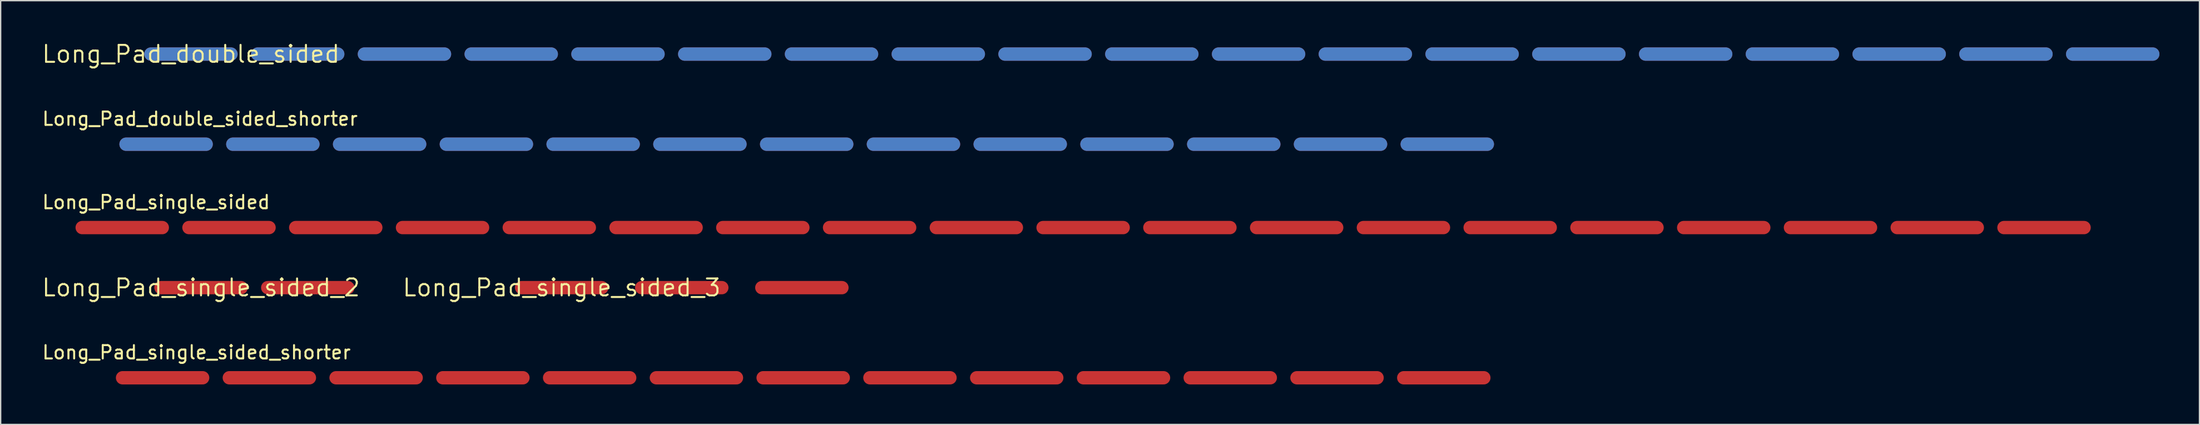
<source format=kicad_pcb>
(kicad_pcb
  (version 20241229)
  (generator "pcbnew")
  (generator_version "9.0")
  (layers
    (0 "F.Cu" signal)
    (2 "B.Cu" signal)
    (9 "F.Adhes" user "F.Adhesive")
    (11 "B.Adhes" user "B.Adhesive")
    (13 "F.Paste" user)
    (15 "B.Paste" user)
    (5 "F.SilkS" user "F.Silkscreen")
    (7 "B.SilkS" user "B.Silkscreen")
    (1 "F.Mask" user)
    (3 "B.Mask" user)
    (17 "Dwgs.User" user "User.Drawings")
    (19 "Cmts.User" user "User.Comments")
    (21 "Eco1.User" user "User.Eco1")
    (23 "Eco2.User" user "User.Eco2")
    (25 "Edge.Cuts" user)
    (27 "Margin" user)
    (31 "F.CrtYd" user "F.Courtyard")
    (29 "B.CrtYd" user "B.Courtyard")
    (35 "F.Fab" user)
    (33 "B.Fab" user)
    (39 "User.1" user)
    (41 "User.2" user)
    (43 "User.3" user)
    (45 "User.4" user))
  (footprint "Long_Pad_double_sided"
    (layer "F.Cu")
    (at 11.256 1.006)
    (property "Reference" "Long_Pad_double_sided" (at 0 0 0) (layer "F.SilkS") (effects (font (size 1.27 1.27) (thickness 0.15))))
    (attr through_hole)
    (pad "1" smd oval (at 0 0) (size 7 1) (layers "F.Cu" "F.Mask" "F.Paste"))
    (pad "1" smd oval (at 0 0) (size 7 1) (layers "B.Cu" "B.Mask" "B.Paste"))
    (pad "1" smd oval (at 8 0) (size 7 1) (layers "F.Cu" "F.Mask" "F.Paste"))
    (pad "1" smd oval (at 8 0) (size 7 1) (layers "B.Cu" "B.Mask" "B.Paste"))
    (pad "1" smd oval (at 16 0) (size 7 1) (layers "F.Cu" "F.Mask" "F.Paste"))
    (pad "1" smd oval (at 16 0) (size 7 1) (layers "B.Cu" "B.Mask" "B.Paste"))
    (pad "1" smd oval (at 24 0) (size 7 1) (layers "F.Cu" "F.Mask" "F.Paste"))
    (pad "1" smd oval (at 24 0) (size 7 1) (layers "B.Cu" "B.Mask" "B.Paste"))
    (pad "1" smd oval (at 32 0) (size 7 1) (layers "F.Cu" "F.Mask" "F.Paste"))
    (pad "1" smd oval (at 32 0) (size 7 1) (layers "B.Cu" "B.Mask" "B.Paste"))
    (pad "1" smd oval (at 40 0) (size 7 1) (layers "F.Cu" "F.Mask" "F.Paste"))
    (pad "1" smd oval (at 40 0) (size 7 1) (layers "B.Cu" "B.Mask" "B.Paste"))
    (pad "1" smd oval (at 48 0) (size 7 1) (layers "F.Cu" "F.Mask" "F.Paste"))
    (pad "1" smd oval (at 48 0) (size 7 1) (layers "B.Cu" "B.Mask" "B.Paste"))
    (pad "1" smd oval (at 56 0) (size 7 1) (layers "F.Cu" "F.Mask" "F.Paste"))
    (pad "1" smd oval (at 56 0) (size 7 1) (layers "B.Cu" "B.Mask" "B.Paste"))
    (pad "1" smd oval (at 64 0) (size 7 1) (layers "F.Cu" "F.Mask" "F.Paste"))
    (pad "1" smd oval (at 64 0) (size 7 1) (layers "B.Cu" "B.Mask" "B.Paste"))
    (pad "1" smd oval (at 72 0) (size 7 1) (layers "F.Cu" "F.Mask" "F.Paste"))
    (pad "1" smd oval (at 72 0) (size 7 1) (layers "B.Cu" "B.Mask" "B.Paste"))
    (pad "1" smd oval (at 80 0) (size 7 1) (layers "F.Cu" "F.Mask" "F.Paste"))
    (pad "1" smd oval (at 80 0) (size 7 1) (layers "B.Cu" "B.Mask" "B.Paste"))
    (pad "1" smd oval (at 88 0) (size 7 1) (layers "F.Cu" "F.Mask" "F.Paste"))
    (pad "1" smd oval (at 88 0) (size 7 1) (layers "B.Cu" "B.Mask" "B.Paste"))
    (pad "1" smd oval (at 96 0) (size 7 1) (layers "F.Cu" "F.Mask" "F.Paste"))
    (pad "1" smd oval (at 96 0) (size 7 1) (layers "B.Cu" "B.Mask" "B.Paste"))
    (pad "1" smd oval (at 104 0) (size 7 1) (layers "F.Cu" "F.Mask" "F.Paste"))
    (pad "1" smd oval (at 104 0) (size 7 1) (layers "B.Cu" "B.Mask" "B.Paste"))
    (pad "1" smd oval (at 112 0) (size 7 1) (layers "F.Cu" "F.Mask" "F.Paste"))
    (pad "1" smd oval (at 112 0) (size 7 1) (layers "B.Cu" "B.Mask" "B.Paste"))
    (pad "1" smd oval (at 120 0) (size 7 1) (layers "F.Cu" "F.Mask" "F.Paste"))
    (pad "1" smd oval (at 120 0) (size 7 1) (layers "B.Cu" "B.Mask" "B.Paste"))
    (pad "1" smd oval (at 128 0) (size 7 1) (layers "F.Cu" "F.Mask" "F.Paste"))
    (pad "1" smd oval (at 128 0) (size 7 1) (layers "B.Cu" "B.Mask" "B.Paste"))
    (pad "1" smd oval (at 136 0) (size 7 1) (layers "F.Cu" "F.Mask" "F.Paste"))
    (pad "1" smd oval (at 136 0) (size 7 1) (layers "B.Cu" "B.Mask" "B.Paste"))
    (pad "1" smd oval (at 144 0) (size 7 1) (layers "F.Cu" "F.Mask" "F.Paste"))
    (pad "1" smd oval (at 144 0) (size 7 1) (layers "B.Cu" "B.Mask" "B.Paste")))
  (footprint "Long_Pad_single_sided"
    (layer "F.Cu")
    (at 6.109 14.019)
    (property "Reference" "Long_Pad_single_sided" (at 2.54 -1.905 0) (layer "F.SilkS") (effects (font (size 1 1) (thickness 0.15))))
    (attr through_hole)
    (pad "1" smd oval (at 0 0) (size 7 1) (layers "F.Cu" "F.Mask" "F.Paste"))
    (pad "1" smd oval (at 8 0) (size 7 1) (layers "F.Cu" "F.Mask" "F.Paste"))
    (pad "1" smd oval (at 16 0) (size 7 1) (layers "F.Cu" "F.Mask" "F.Paste"))
    (pad "1" smd oval (at 24 0) (size 7 1) (layers "F.Cu" "F.Mask" "F.Paste"))
    (pad "1" smd oval (at 32 0) (size 7 1) (layers "F.Cu" "F.Mask" "F.Paste"))
    (pad "1" smd oval (at 40 0) (size 7 1) (layers "F.Cu" "F.Mask" "F.Paste"))
    (pad "1" smd oval (at 48 0) (size 7 1) (layers "F.Cu" "F.Mask" "F.Paste"))
    (pad "1" smd oval (at 56 0) (size 7 1) (layers "F.Cu" "F.Mask" "F.Paste"))
    (pad "1" smd oval (at 64 0) (size 7 1) (layers "F.Cu" "F.Mask" "F.Paste"))
    (pad "1" smd oval (at 72 0) (size 7 1) (layers "F.Cu" "F.Mask" "F.Paste"))
    (pad "1" smd oval (at 80 0) (size 7 1) (layers "F.Cu" "F.Mask" "F.Paste"))
    (pad "1" smd oval (at 88 0) (size 7 1) (layers "F.Cu" "F.Mask" "F.Paste"))
    (pad "1" smd oval (at 96 0) (size 7 1) (layers "F.Cu" "F.Mask" "F.Paste"))
    (pad "1" smd oval (at 104 0) (size 7 1) (layers "F.Cu" "F.Mask" "F.Paste"))
    (pad "1" smd oval (at 112 0) (size 7 1) (layers "F.Cu" "F.Mask" "F.Paste"))
    (pad "1" smd oval (at 120 0) (size 7 1) (layers "F.Cu" "F.Mask" "F.Paste"))
    (pad "1" smd oval (at 128 0) (size 7 1) (layers "F.Cu" "F.Mask" "F.Paste"))
    (pad "1" smd oval (at 136 0) (size 7 1) (layers "F.Cu" "F.Mask" "F.Paste"))
    (pad "1" smd oval (at 144 0) (size 7 1) (layers "F.Cu" "F.Mask" "F.Paste")))
  (footprint "Long_Pad_single_sided_shorter"
    (layer "F.Cu")
    (at 9.133 25.285)
    (property "Reference" "Long_Pad_single_sided_shorter" (at 2.54 -1.905 0) (layer "F.SilkS") (effects (font (size 1 1) (thickness 0.15))))
    (attr through_hole)
    (pad "1" smd oval (at 0 0) (size 7 1) (layers "F.Cu" "F.Mask" "F.Paste"))
    (pad "1" smd oval (at 8 0) (size 7 1) (layers "F.Cu" "F.Mask" "F.Paste"))
    (pad "1" smd oval (at 16 0) (size 7 1) (layers "F.Cu" "F.Mask" "F.Paste"))
    (pad "1" smd oval (at 24 0) (size 7 1) (layers "F.Cu" "F.Mask" "F.Paste"))
    (pad "1" smd oval (at 32 0) (size 7 1) (layers "F.Cu" "F.Mask" "F.Paste"))
    (pad "1" smd oval (at 40 0) (size 7 1) (layers "F.Cu" "F.Mask" "F.Paste"))
    (pad "1" smd oval (at 48 0) (size 7 1) (layers "F.Cu" "F.Mask" "F.Paste"))
    (pad "1" smd oval (at 56 0) (size 7 1) (layers "F.Cu" "F.Mask" "F.Paste"))
    (pad "1" smd oval (at 64 0) (size 7 1) (layers "F.Cu" "F.Mask" "F.Paste"))
    (pad "1" smd oval (at 72 0) (size 7 1) (layers "F.Cu" "F.Mask" "F.Paste"))
    (pad "1" smd oval (at 80 0) (size 7 1) (layers "F.Cu" "F.Mask" "F.Paste"))
    (pad "1" smd oval (at 88 0) (size 7 1) (layers "F.Cu" "F.Mask" "F.Paste"))
    (pad "1" smd oval (at 96 0) (size 7 1) (layers "F.Cu" "F.Mask" "F.Paste")))
  (footprint "Long_Pad_single_sided_2"
    (layer "F.Cu")
    (at 12.012 18.525)
    (property "Reference" "Long_Pad_single_sided_2" (at 0 0 0) (layer "F.SilkS") (effects (font (size 1.27 1.27) (thickness 0.15))))
    (attr through_hole)
    (pad "1" smd oval (at 0 0) (size 7 1) (layers "F.Cu" "F.Mask" "F.Paste"))
    (pad "1" smd oval (at 8 0) (size 7 1) (layers "F.Cu" "F.Mask" "F.Paste")))
  (footprint "Long_Pad_single_sided_3"
    (layer "F.Cu")
    (at 39.035 18.525)
    (property "Reference" "Long_Pad_single_sided_3" (at 0 0 0) (layer "F.SilkS") (effects (font (size 1.27 1.27) (thickness 0.15))))
    (attr through_hole)
    (pad "1" smd oval (at 0 0) (size 7 1) (layers "F.Cu" "F.Mask" "F.Paste"))
    (pad "1" smd oval (at 9 0) (size 7 1) (layers "F.Cu" "F.Mask" "F.Paste"))
    (pad "1" smd oval (at 18 0) (size 7 1) (layers "F.Cu" "F.Mask" "F.Paste")))
  (footprint "Long_Pad_double_sided_shorter"
    (layer "F.Cu")
    (at 9.395 7.766)
    (property "Reference" "Long_Pad_double_sided_shorter" (at 2.54 -1.905 0) (layer "F.SilkS") (effects (font (size 1 1) (thickness 0.15))))
    (attr through_hole)
    (pad "1" smd oval (at 0 0) (size 7 1) (layers "F.Cu" "F.Mask" "F.Paste"))
    (pad "1" smd oval (at 0 0) (size 7 1) (layers "B.Cu" "B.Mask" "B.Paste"))
    (pad "1" smd oval (at 8 0) (size 7 1) (layers "F.Cu" "F.Mask" "F.Paste"))
    (pad "1" smd oval (at 8 0) (size 7 1) (layers "B.Cu" "B.Mask" "B.Paste"))
    (pad "1" smd oval (at 16 0) (size 7 1) (layers "F.Cu" "F.Mask" "F.Paste"))
    (pad "1" smd oval (at 16 0) (size 7 1) (layers "B.Cu" "B.Mask" "B.Paste"))
    (pad "1" smd oval (at 24 0) (size 7 1) (layers "F.Cu" "F.Mask" "F.Paste"))
    (pad "1" smd oval (at 24 0) (size 7 1) (layers "B.Cu" "B.Mask" "B.Paste"))
    (pad "1" smd oval (at 32 0) (size 7 1) (layers "F.Cu" "F.Mask" "F.Paste"))
    (pad "1" smd oval (at 32 0) (size 7 1) (layers "B.Cu" "B.Mask" "B.Paste"))
    (pad "1" smd oval (at 40 0) (size 7 1) (layers "F.Cu" "F.Mask" "F.Paste"))
    (pad "1" smd oval (at 40 0) (size 7 1) (layers "B.Cu" "B.Mask" "B.Paste"))
    (pad "1" smd oval (at 48 0) (size 7 1) (layers "F.Cu" "F.Mask" "F.Paste"))
    (pad "1" smd oval (at 48 0) (size 7 1) (layers "B.Cu" "B.Mask" "B.Paste"))
    (pad "1" smd oval (at 56 0) (size 7 1) (layers "F.Cu" "F.Mask" "F.Paste"))
    (pad "1" smd oval (at 56 0) (size 7 1) (layers "B.Cu" "B.Mask" "B.Paste"))
    (pad "1" smd oval (at 64 0) (size 7 1) (layers "F.Cu" "F.Mask" "F.Paste"))
    (pad "1" smd oval (at 64 0) (size 7 1) (layers "B.Cu" "B.Mask" "B.Paste"))
    (pad "1" smd oval (at 72 0) (size 7 1) (layers "F.Cu" "F.Mask" "F.Paste"))
    (pad "1" smd oval (at 72 0) (size 7 1) (layers "B.Cu" "B.Mask" "B.Paste"))
    (pad "1" smd oval (at 80 0) (size 7 1) (layers "F.Cu" "F.Mask" "F.Paste"))
    (pad "1" smd oval (at 80 0) (size 7 1) (layers "B.Cu" "B.Mask" "B.Paste"))
    (pad "1" smd oval (at 88 0) (size 7 1) (layers "F.Cu" "F.Mask" "F.Paste"))
    (pad "1" smd oval (at 88 0) (size 7 1) (layers "B.Cu" "B.Mask" "B.Paste"))
    (pad "1" smd oval (at 96 0) (size 7 1) (layers "F.Cu" "F.Mask" "F.Paste"))
    (pad "1" smd oval (at 96 0) (size 7 1) (layers "B.Cu" "B.Mask" "B.Paste")))
  (gr_rect
    (start -3 -3)
    (end 161.756 28.785)
    (stroke (width 0.1) (type default))
    (fill no)
    (layer "Edge.Cuts")))
</source>
